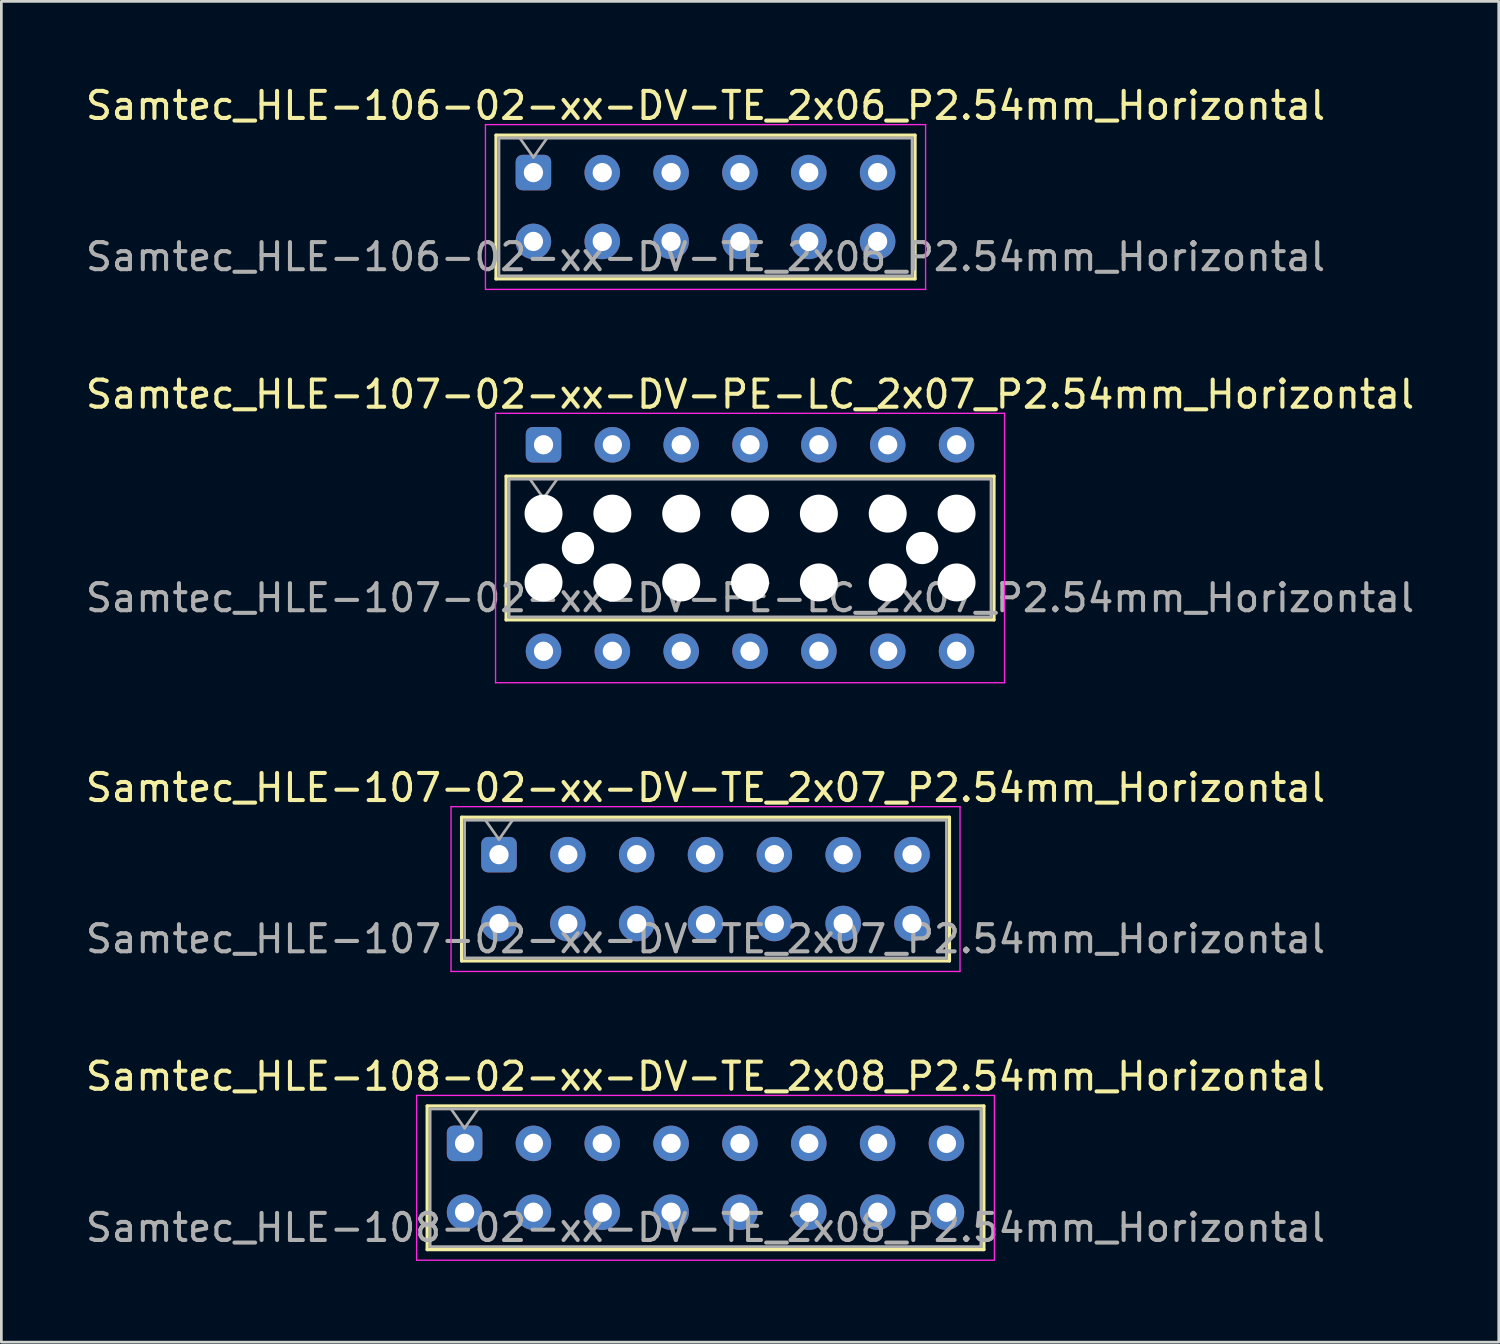
<source format=kicad_pcb>
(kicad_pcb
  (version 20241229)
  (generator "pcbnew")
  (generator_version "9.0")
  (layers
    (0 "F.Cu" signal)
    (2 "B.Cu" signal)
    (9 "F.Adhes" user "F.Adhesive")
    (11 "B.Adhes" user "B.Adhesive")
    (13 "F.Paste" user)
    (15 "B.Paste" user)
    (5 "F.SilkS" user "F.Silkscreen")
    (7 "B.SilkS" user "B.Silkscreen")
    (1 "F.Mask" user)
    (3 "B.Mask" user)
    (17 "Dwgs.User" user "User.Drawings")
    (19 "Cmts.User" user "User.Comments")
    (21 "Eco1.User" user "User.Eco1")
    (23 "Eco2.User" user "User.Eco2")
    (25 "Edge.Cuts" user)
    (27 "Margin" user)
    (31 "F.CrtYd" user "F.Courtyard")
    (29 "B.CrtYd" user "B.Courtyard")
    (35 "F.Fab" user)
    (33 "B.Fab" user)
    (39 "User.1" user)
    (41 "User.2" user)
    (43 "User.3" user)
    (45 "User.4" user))
  (footprint "Samtec_HLE-107-02-xx-DV-TE_2x07_P2.54mm_Horizontal"
    (layer "F.Cu")
    (at 15.362 28.485)
    (property "Reference" "Samtec_HLE-107-02-xx-DV-TE_2x07_P2.54mm_Horizontal" (at 7.62 -2.47 0) (layer "F.SilkS") (effects (font (size 1 1) (thickness 0.15))))
    (attr through_hole)
    (fp_line (start -1.38 -1.38) (end 16.62 -1.38) (stroke (width 0.12) (type solid)) (layer "F.SilkS"))
    (fp_line (start -1.38 3.92) (end -1.38 -1.38) (stroke (width 0.12) (type solid)) (layer "F.SilkS"))
    (fp_line (start 16.62 -1.38) (end 16.62 3.92) (stroke (width 0.12) (type solid)) (layer "F.SilkS"))
    (fp_line (start 16.62 3.92) (end -1.38 3.92) (stroke (width 0.12) (type solid)) (layer "F.SilkS"))
    (fp_line (start -1.77 -1.77) (end 17.01 -1.77) (stroke (width 0.05) (type solid)) (layer "F.CrtYd"))
    (fp_line (start -1.77 4.31) (end -1.77 -1.77) (stroke (width 0.05) (type solid)) (layer "F.CrtYd"))
    (fp_line (start 17.01 -1.77) (end 17.01 4.31) (stroke (width 0.05) (type solid)) (layer "F.CrtYd"))
    (fp_line (start 17.01 4.31) (end -1.77 4.31) (stroke (width 0.05) (type solid)) (layer "F.CrtYd"))
    (fp_line (start -1.27 -1.27) (end 16.51 -1.27) (stroke (width 0.1) (type solid)) (layer "F.Fab"))
    (fp_line (start -1.27 3.81) (end -1.27 -1.27) (stroke (width 0.1) (type solid)) (layer "F.Fab"))
    (fp_line (start -0.5 -1.27) (end 0 -0.563) (stroke (width 0.1) (type solid)) (layer "F.Fab"))
    (fp_line (start 0 -0.563) (end 0.5 -1.27) (stroke (width 0.1) (type solid)) (layer "F.Fab"))
    (fp_line (start 16.51 -1.27) (end 16.51 3.81) (stroke (width 0.1) (type solid)) (layer "F.Fab"))
    (fp_line (start 16.51 3.81) (end -1.27 3.81) (stroke (width 0.1) (type solid)) (layer "F.Fab"))
    (fp_text user "${REFERENCE}" (at 7.62 3.11 0) (layer "F.Fab") (effects (font (size 1 1) (thickness 0.15))))
    (pad "1" thru_hole roundrect (at 0 0) (size 1.31 1.31) (drill 0.71) (layers "*.Cu" "*.Mask") (roundrect_rratio 0.191))
    (pad "2" thru_hole circle (at 0 2.54) (size 1.31 1.31) (drill 0.71) (layers "*.Cu" "*.Mask"))
    (pad "3" thru_hole circle (at 2.54 0) (size 1.31 1.31) (drill 0.71) (layers "*.Cu" "*.Mask"))
    (pad "4" thru_hole circle (at 2.54 2.54) (size 1.31 1.31) (drill 0.71) (layers "*.Cu" "*.Mask"))
    (pad "5" thru_hole circle (at 5.08 0) (size 1.31 1.31) (drill 0.71) (layers "*.Cu" "*.Mask"))
    (pad "6" thru_hole circle (at 5.08 2.54) (size 1.31 1.31) (drill 0.71) (layers "*.Cu" "*.Mask"))
    (pad "7" thru_hole circle (at 7.62 0) (size 1.31 1.31) (drill 0.71) (layers "*.Cu" "*.Mask"))
    (pad "8" thru_hole circle (at 7.62 2.54) (size 1.31 1.31) (drill 0.71) (layers "*.Cu" "*.Mask"))
    (pad "9" thru_hole circle (at 10.16 0) (size 1.31 1.31) (drill 0.71) (layers "*.Cu" "*.Mask"))
    (pad "10" thru_hole circle (at 10.16 2.54) (size 1.31 1.31) (drill 0.71) (layers "*.Cu" "*.Mask"))
    (pad "11" thru_hole circle (at 12.7 0) (size 1.31 1.31) (drill 0.71) (layers "*.Cu" "*.Mask"))
    (pad "12" thru_hole circle (at 12.7 2.54) (size 1.31 1.31) (drill 0.71) (layers "*.Cu" "*.Mask"))
    (pad "13" thru_hole circle (at 15.24 0) (size 1.31 1.31) (drill 0.71) (layers "*.Cu" "*.Mask"))
    (pad "14" thru_hole circle (at 15.24 2.54) (size 1.31 1.31) (drill 0.71) (layers "*.Cu" "*.Mask")))
  (footprint "Samtec_HLE-107-02-xx-DV-PE-LC_2x07_P2.54mm_Horizontal"
    (layer "F.Cu")
    (at 17.005 13.361)
    (property "Reference" "Samtec_HLE-107-02-xx-DV-PE-LC_2x07_P2.54mm_Horizontal" (at 7.62 -1.86 0) (layer "F.SilkS") (effects (font (size 1 1) (thickness 0.15))))
    (attr through_hole)
    (fp_line (start -1.38 1.16) (end 16.62 1.16) (stroke (width 0.12) (type solid)) (layer "F.SilkS"))
    (fp_line (start -1.38 6.46) (end -1.38 1.16) (stroke (width 0.12) (type solid)) (layer "F.SilkS"))
    (fp_line (start 16.62 1.16) (end 16.62 6.46) (stroke (width 0.12) (type solid)) (layer "F.SilkS"))
    (fp_line (start 16.62 6.46) (end -1.38 6.46) (stroke (width 0.12) (type solid)) (layer "F.SilkS"))
    (fp_line (start -1.77 -1.16) (end 17.01 -1.16) (stroke (width 0.05) (type solid)) (layer "F.CrtYd"))
    (fp_line (start -1.77 8.78) (end -1.77 -1.16) (stroke (width 0.05) (type solid)) (layer "F.CrtYd"))
    (fp_line (start 17.01 -1.16) (end 17.01 8.78) (stroke (width 0.05) (type solid)) (layer "F.CrtYd"))
    (fp_line (start 17.01 8.78) (end -1.77 8.78) (stroke (width 0.05) (type solid)) (layer "F.CrtYd"))
    (fp_line (start -1.27 1.27) (end 16.51 1.27) (stroke (width 0.1) (type solid)) (layer "F.Fab"))
    (fp_line (start -1.27 6.35) (end -1.27 1.27) (stroke (width 0.1) (type solid)) (layer "F.Fab"))
    (fp_line (start -0.5 1.27) (end 0 1.977) (stroke (width 0.1) (type solid)) (layer "F.Fab"))
    (fp_line (start 0 1.977) (end 0.5 1.27) (stroke (width 0.1) (type solid)) (layer "F.Fab"))
    (fp_line (start 16.51 1.27) (end 16.51 6.35) (stroke (width 0.1) (type solid)) (layer "F.Fab"))
    (fp_line (start 16.51 6.35) (end -1.27 6.35) (stroke (width 0.1) (type solid)) (layer "F.Fab"))
    (fp_text user "${REFERENCE}" (at 7.62 5.65 0) (layer "F.Fab") (effects (font (size 1 1) (thickness 0.15))))
    (pad "" np_thru_hole circle (at 0 2.54) (size 1.4 1.4) (drill 1.4) (layers "*.Cu" "*.Mask"))
    (pad "" np_thru_hole circle (at 0 5.08) (size 1.4 1.4) (drill 1.4) (layers "*.Cu" "*.Mask"))
    (pad "" np_thru_hole circle (at 1.27 3.81) (size 1.19 1.19) (drill 1.19) (layers "*.Cu" "*.Mask"))
    (pad "" np_thru_hole circle (at 2.54 2.54) (size 1.4 1.4) (drill 1.4) (layers "*.Cu" "*.Mask"))
    (pad "" np_thru_hole circle (at 2.54 5.08) (size 1.4 1.4) (drill 1.4) (layers "*.Cu" "*.Mask"))
    (pad "" np_thru_hole circle (at 5.08 2.54) (size 1.4 1.4) (drill 1.4) (layers "*.Cu" "*.Mask"))
    (pad "" np_thru_hole circle (at 5.08 5.08) (size 1.4 1.4) (drill 1.4) (layers "*.Cu" "*.Mask"))
    (pad "" np_thru_hole circle (at 7.62 2.54) (size 1.4 1.4) (drill 1.4) (layers "*.Cu" "*.Mask"))
    (pad "" np_thru_hole circle (at 7.62 5.08) (size 1.4 1.4) (drill 1.4) (layers "*.Cu" "*.Mask"))
    (pad "" np_thru_hole circle (at 10.16 2.54) (size 1.4 1.4) (drill 1.4) (layers "*.Cu" "*.Mask"))
    (pad "" np_thru_hole circle (at 10.16 5.08) (size 1.4 1.4) (drill 1.4) (layers "*.Cu" "*.Mask"))
    (pad "" np_thru_hole circle (at 12.7 2.54) (size 1.4 1.4) (drill 1.4) (layers "*.Cu" "*.Mask"))
    (pad "" np_thru_hole circle (at 12.7 5.08) (size 1.4 1.4) (drill 1.4) (layers "*.Cu" "*.Mask"))
    (pad "" np_thru_hole circle (at 13.97 3.81) (size 1.19 1.19) (drill 1.19) (layers "*.Cu" "*.Mask"))
    (pad "" np_thru_hole circle (at 15.24 2.54) (size 1.4 1.4) (drill 1.4) (layers "*.Cu" "*.Mask"))
    (pad "" np_thru_hole circle (at 15.24 5.08) (size 1.4 1.4) (drill 1.4) (layers "*.Cu" "*.Mask"))
    (pad "1" thru_hole roundrect (at 0 0) (size 1.31 1.31) (drill 0.71) (layers "*.Cu" "*.Mask") (roundrect_rratio 0.191))
    (pad "2" thru_hole circle (at 0 7.62) (size 1.31 1.31) (drill 0.71) (layers "*.Cu" "*.Mask"))
    (pad "3" thru_hole circle (at 2.54 0) (size 1.31 1.31) (drill 0.71) (layers "*.Cu" "*.Mask"))
    (pad "4" thru_hole circle (at 2.54 7.62) (size 1.31 1.31) (drill 0.71) (layers "*.Cu" "*.Mask"))
    (pad "5" thru_hole circle (at 5.08 0) (size 1.31 1.31) (drill 0.71) (layers "*.Cu" "*.Mask"))
    (pad "6" thru_hole circle (at 5.08 7.62) (size 1.31 1.31) (drill 0.71) (layers "*.Cu" "*.Mask"))
    (pad "7" thru_hole circle (at 7.62 0) (size 1.31 1.31) (drill 0.71) (layers "*.Cu" "*.Mask"))
    (pad "8" thru_hole circle (at 7.62 7.62) (size 1.31 1.31) (drill 0.71) (layers "*.Cu" "*.Mask"))
    (pad "9" thru_hole circle (at 10.16 0) (size 1.31 1.31) (drill 0.71) (layers "*.Cu" "*.Mask"))
    (pad "10" thru_hole circle (at 10.16 7.62) (size 1.31 1.31) (drill 0.71) (layers "*.Cu" "*.Mask"))
    (pad "11" thru_hole circle (at 12.7 0) (size 1.31 1.31) (drill 0.71) (layers "*.Cu" "*.Mask"))
    (pad "12" thru_hole circle (at 12.7 7.62) (size 1.31 1.31) (drill 0.71) (layers "*.Cu" "*.Mask"))
    (pad "13" thru_hole circle (at 15.24 0) (size 1.31 1.31) (drill 0.71) (layers "*.Cu" "*.Mask"))
    (pad "14" thru_hole circle (at 15.24 7.62) (size 1.31 1.31) (drill 0.71) (layers "*.Cu" "*.Mask")))
  (footprint "Samtec_HLE-106-02-xx-DV-TE_2x06_P2.54mm_Horizontal"
    (layer "F.Cu")
    (at 16.632 3.318)
    (property "Reference" "Samtec_HLE-106-02-xx-DV-TE_2x06_P2.54mm_Horizontal" (at 6.35 -2.47 0) (layer "F.SilkS") (effects (font (size 1 1) (thickness 0.15))))
    (attr through_hole)
    (fp_line (start -1.38 -1.38) (end 14.08 -1.38) (stroke (width 0.12) (type solid)) (layer "F.SilkS"))
    (fp_line (start -1.38 3.92) (end -1.38 -1.38) (stroke (width 0.12) (type solid)) (layer "F.SilkS"))
    (fp_line (start 14.08 -1.38) (end 14.08 3.92) (stroke (width 0.12) (type solid)) (layer "F.SilkS"))
    (fp_line (start 14.08 3.92) (end -1.38 3.92) (stroke (width 0.12) (type solid)) (layer "F.SilkS"))
    (fp_line (start -1.77 -1.77) (end 14.47 -1.77) (stroke (width 0.05) (type solid)) (layer "F.CrtYd"))
    (fp_line (start -1.77 4.31) (end -1.77 -1.77) (stroke (width 0.05) (type solid)) (layer "F.CrtYd"))
    (fp_line (start 14.47 -1.77) (end 14.47 4.31) (stroke (width 0.05) (type solid)) (layer "F.CrtYd"))
    (fp_line (start 14.47 4.31) (end -1.77 4.31) (stroke (width 0.05) (type solid)) (layer "F.CrtYd"))
    (fp_line (start -1.27 -1.27) (end 13.97 -1.27) (stroke (width 0.1) (type solid)) (layer "F.Fab"))
    (fp_line (start -1.27 3.81) (end -1.27 -1.27) (stroke (width 0.1) (type solid)) (layer "F.Fab"))
    (fp_line (start -0.5 -1.27) (end 0 -0.563) (stroke (width 0.1) (type solid)) (layer "F.Fab"))
    (fp_line (start 0 -0.563) (end 0.5 -1.27) (stroke (width 0.1) (type solid)) (layer "F.Fab"))
    (fp_line (start 13.97 -1.27) (end 13.97 3.81) (stroke (width 0.1) (type solid)) (layer "F.Fab"))
    (fp_line (start 13.97 3.81) (end -1.27 3.81) (stroke (width 0.1) (type solid)) (layer "F.Fab"))
    (fp_text user "${REFERENCE}" (at 6.35 3.11 0) (layer "F.Fab") (effects (font (size 1 1) (thickness 0.15))))
    (pad "1" thru_hole roundrect (at 0 0) (size 1.31 1.31) (drill 0.71) (layers "*.Cu" "*.Mask") (roundrect_rratio 0.191))
    (pad "2" thru_hole circle (at 0 2.54) (size 1.31 1.31) (drill 0.71) (layers "*.Cu" "*.Mask"))
    (pad "3" thru_hole circle (at 2.54 0) (size 1.31 1.31) (drill 0.71) (layers "*.Cu" "*.Mask"))
    (pad "4" thru_hole circle (at 2.54 2.54) (size 1.31 1.31) (drill 0.71) (layers "*.Cu" "*.Mask"))
    (pad "5" thru_hole circle (at 5.08 0) (size 1.31 1.31) (drill 0.71) (layers "*.Cu" "*.Mask"))
    (pad "6" thru_hole circle (at 5.08 2.54) (size 1.31 1.31) (drill 0.71) (layers "*.Cu" "*.Mask"))
    (pad "7" thru_hole circle (at 7.62 0) (size 1.31 1.31) (drill 0.71) (layers "*.Cu" "*.Mask"))
    (pad "8" thru_hole circle (at 7.62 2.54) (size 1.31 1.31) (drill 0.71) (layers "*.Cu" "*.Mask"))
    (pad "9" thru_hole circle (at 10.16 0) (size 1.31 1.31) (drill 0.71) (layers "*.Cu" "*.Mask"))
    (pad "10" thru_hole circle (at 10.16 2.54) (size 1.31 1.31) (drill 0.71) (layers "*.Cu" "*.Mask"))
    (pad "11" thru_hole circle (at 12.7 0) (size 1.31 1.31) (drill 0.71) (layers "*.Cu" "*.Mask"))
    (pad "12" thru_hole circle (at 12.7 2.54) (size 1.31 1.31) (drill 0.71) (layers "*.Cu" "*.Mask")))
  (footprint "Samtec_HLE-108-02-xx-DV-TE_2x08_P2.54mm_Horizontal"
    (layer "F.Cu")
    (at 14.092 39.138)
    (property "Reference" "Samtec_HLE-108-02-xx-DV-TE_2x08_P2.54mm_Horizontal" (at 8.89 -2.47 0) (layer "F.SilkS") (effects (font (size 1 1) (thickness 0.15))))
    (attr through_hole)
    (fp_line (start -1.38 -1.38) (end 19.16 -1.38) (stroke (width 0.12) (type solid)) (layer "F.SilkS"))
    (fp_line (start -1.38 3.92) (end -1.38 -1.38) (stroke (width 0.12) (type solid)) (layer "F.SilkS"))
    (fp_line (start 19.16 -1.38) (end 19.16 3.92) (stroke (width 0.12) (type solid)) (layer "F.SilkS"))
    (fp_line (start 19.16 3.92) (end -1.38 3.92) (stroke (width 0.12) (type solid)) (layer "F.SilkS"))
    (fp_line (start -1.77 -1.77) (end 19.55 -1.77) (stroke (width 0.05) (type solid)) (layer "F.CrtYd"))
    (fp_line (start -1.77 4.31) (end -1.77 -1.77) (stroke (width 0.05) (type solid)) (layer "F.CrtYd"))
    (fp_line (start 19.55 -1.77) (end 19.55 4.31) (stroke (width 0.05) (type solid)) (layer "F.CrtYd"))
    (fp_line (start 19.55 4.31) (end -1.77 4.31) (stroke (width 0.05) (type solid)) (layer "F.CrtYd"))
    (fp_line (start -1.27 -1.27) (end 19.05 -1.27) (stroke (width 0.1) (type solid)) (layer "F.Fab"))
    (fp_line (start -1.27 3.81) (end -1.27 -1.27) (stroke (width 0.1) (type solid)) (layer "F.Fab"))
    (fp_line (start -0.5 -1.27) (end 0 -0.563) (stroke (width 0.1) (type solid)) (layer "F.Fab"))
    (fp_line (start 0 -0.563) (end 0.5 -1.27) (stroke (width 0.1) (type solid)) (layer "F.Fab"))
    (fp_line (start 19.05 -1.27) (end 19.05 3.81) (stroke (width 0.1) (type solid)) (layer "F.Fab"))
    (fp_line (start 19.05 3.81) (end -1.27 3.81) (stroke (width 0.1) (type solid)) (layer "F.Fab"))
    (fp_text user "${REFERENCE}" (at 8.89 3.11 0) (layer "F.Fab") (effects (font (size 1 1) (thickness 0.15))))
    (pad "1" thru_hole roundrect (at 0 0) (size 1.31 1.31) (drill 0.71) (layers "*.Cu" "*.Mask") (roundrect_rratio 0.191))
    (pad "2" thru_hole circle (at 0 2.54) (size 1.31 1.31) (drill 0.71) (layers "*.Cu" "*.Mask"))
    (pad "3" thru_hole circle (at 2.54 0) (size 1.31 1.31) (drill 0.71) (layers "*.Cu" "*.Mask"))
    (pad "4" thru_hole circle (at 2.54 2.54) (size 1.31 1.31) (drill 0.71) (layers "*.Cu" "*.Mask"))
    (pad "5" thru_hole circle (at 5.08 0) (size 1.31 1.31) (drill 0.71) (layers "*.Cu" "*.Mask"))
    (pad "6" thru_hole circle (at 5.08 2.54) (size 1.31 1.31) (drill 0.71) (layers "*.Cu" "*.Mask"))
    (pad "7" thru_hole circle (at 7.62 0) (size 1.31 1.31) (drill 0.71) (layers "*.Cu" "*.Mask"))
    (pad "8" thru_hole circle (at 7.62 2.54) (size 1.31 1.31) (drill 0.71) (layers "*.Cu" "*.Mask"))
    (pad "9" thru_hole circle (at 10.16 0) (size 1.31 1.31) (drill 0.71) (layers "*.Cu" "*.Mask"))
    (pad "10" thru_hole circle (at 10.16 2.54) (size 1.31 1.31) (drill 0.71) (layers "*.Cu" "*.Mask"))
    (pad "11" thru_hole circle (at 12.7 0) (size 1.31 1.31) (drill 0.71) (layers "*.Cu" "*.Mask"))
    (pad "12" thru_hole circle (at 12.7 2.54) (size 1.31 1.31) (drill 0.71) (layers "*.Cu" "*.Mask"))
    (pad "13" thru_hole circle (at 15.24 0) (size 1.31 1.31) (drill 0.71) (layers "*.Cu" "*.Mask"))
    (pad "14" thru_hole circle (at 15.24 2.54) (size 1.31 1.31) (drill 0.71) (layers "*.Cu" "*.Mask"))
    (pad "15" thru_hole circle (at 17.78 0) (size 1.31 1.31) (drill 0.71) (layers "*.Cu" "*.Mask"))
    (pad "16" thru_hole circle (at 17.78 2.54) (size 1.31 1.31) (drill 0.71) (layers "*.Cu" "*.Mask")))
  (gr_rect
    (start -3 -3)
    (end 52.25 46.473)
    (stroke (width 0.1) (type default))
    (fill no)
    (layer "Edge.Cuts")))
</source>
